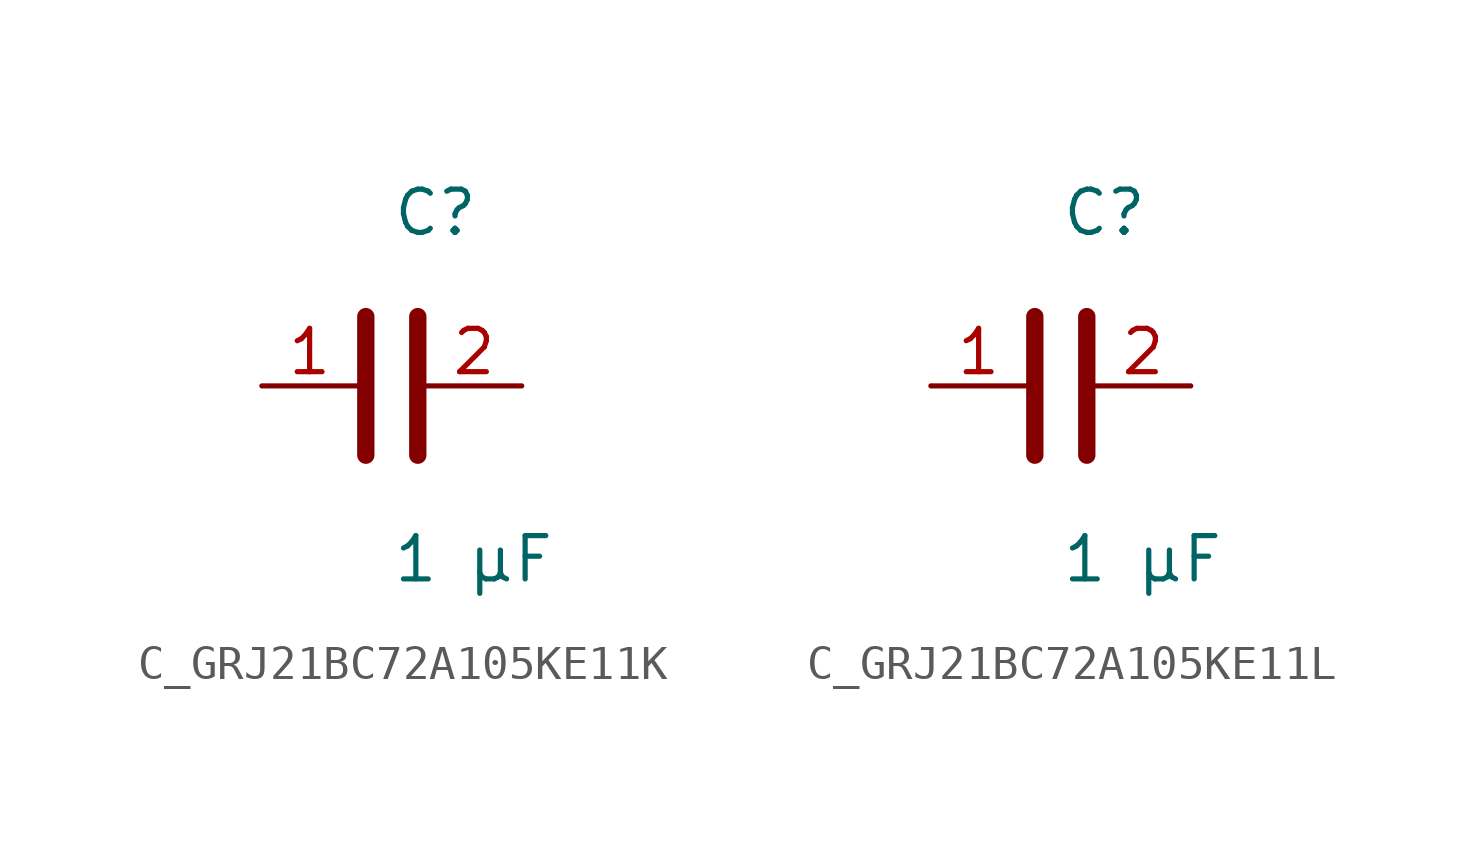
<source format=kicad_sym>
(kicad_symbol_lib
  (version 20231120)
  (generator kicad_symbol_editor)
  (generator_version 8.0)
  (symbol "C_GRJ21BC72A105KE11K"
    (pin_names
      (offset 0.254))
    (property "Reference" "C"
      (at 0 5.08 0)
      (effects (font (size 1.27 1.27)) (justify left)))
    (property "Value" "1 µF"
      (at 0 -5.08 0)
      (effects (font (size 1.27 1.27)) (justify left)))
    (symbol "C_GRJ21BC72A105KE11K_0_1"
      (polyline (pts (xy -0.762 -2.032) (xy -0.762 2.032)) (stroke (width 0.508) (type default)) (fill (type none)))
      (polyline (pts (xy 0.762 -2.032) (xy 0.762 2.032)) (stroke (width 0.508) (type default)) (fill (type none))))
    (pin passive line
      (at -3.81 0 0)
      (length 2.8)
      (name "" (effects (font (size 1.27 1.27))))
      (number "1" (effects (font (size 1.27 1.27)))))
    (pin passive line
      (at 3.81 0 180)
      (length 2.8)
      (name "" (effects (font (size 1.27 1.27))))
      (number "2" (effects (font (size 1.27 1.27))))))
  (symbol "C_GRJ21BC72A105KE11L"
    (pin_names
      (offset 0.254))
    (property "Reference" "C"
      (at 0 5.08 0)
      (effects (font (size 1.27 1.27)) (justify left)))
    (property "Value" "1 µF"
      (at 0 -5.08 0)
      (effects (font (size 1.27 1.27)) (justify left)))
    (symbol "C_GRJ21BC72A105KE11L_0_1"
      (polyline (pts (xy -0.762 -2.032) (xy -0.762 2.032)) (stroke (width 0.508) (type default)) (fill (type none)))
      (polyline (pts (xy 0.762 -2.032) (xy 0.762 2.032)) (stroke (width 0.508) (type default)) (fill (type none))))
    (pin passive line
      (at -3.81 0 0)
      (length 2.8)
      (name "" (effects (font (size 1.27 1.27))))
      (number "1" (effects (font (size 1.27 1.27)))))
    (pin passive line
      (at 3.81 0 180)
      (length 2.8)
      (name "" (effects (font (size 1.27 1.27))))
      (number "2" (effects (font (size 1.27 1.27)))))))
</source>
